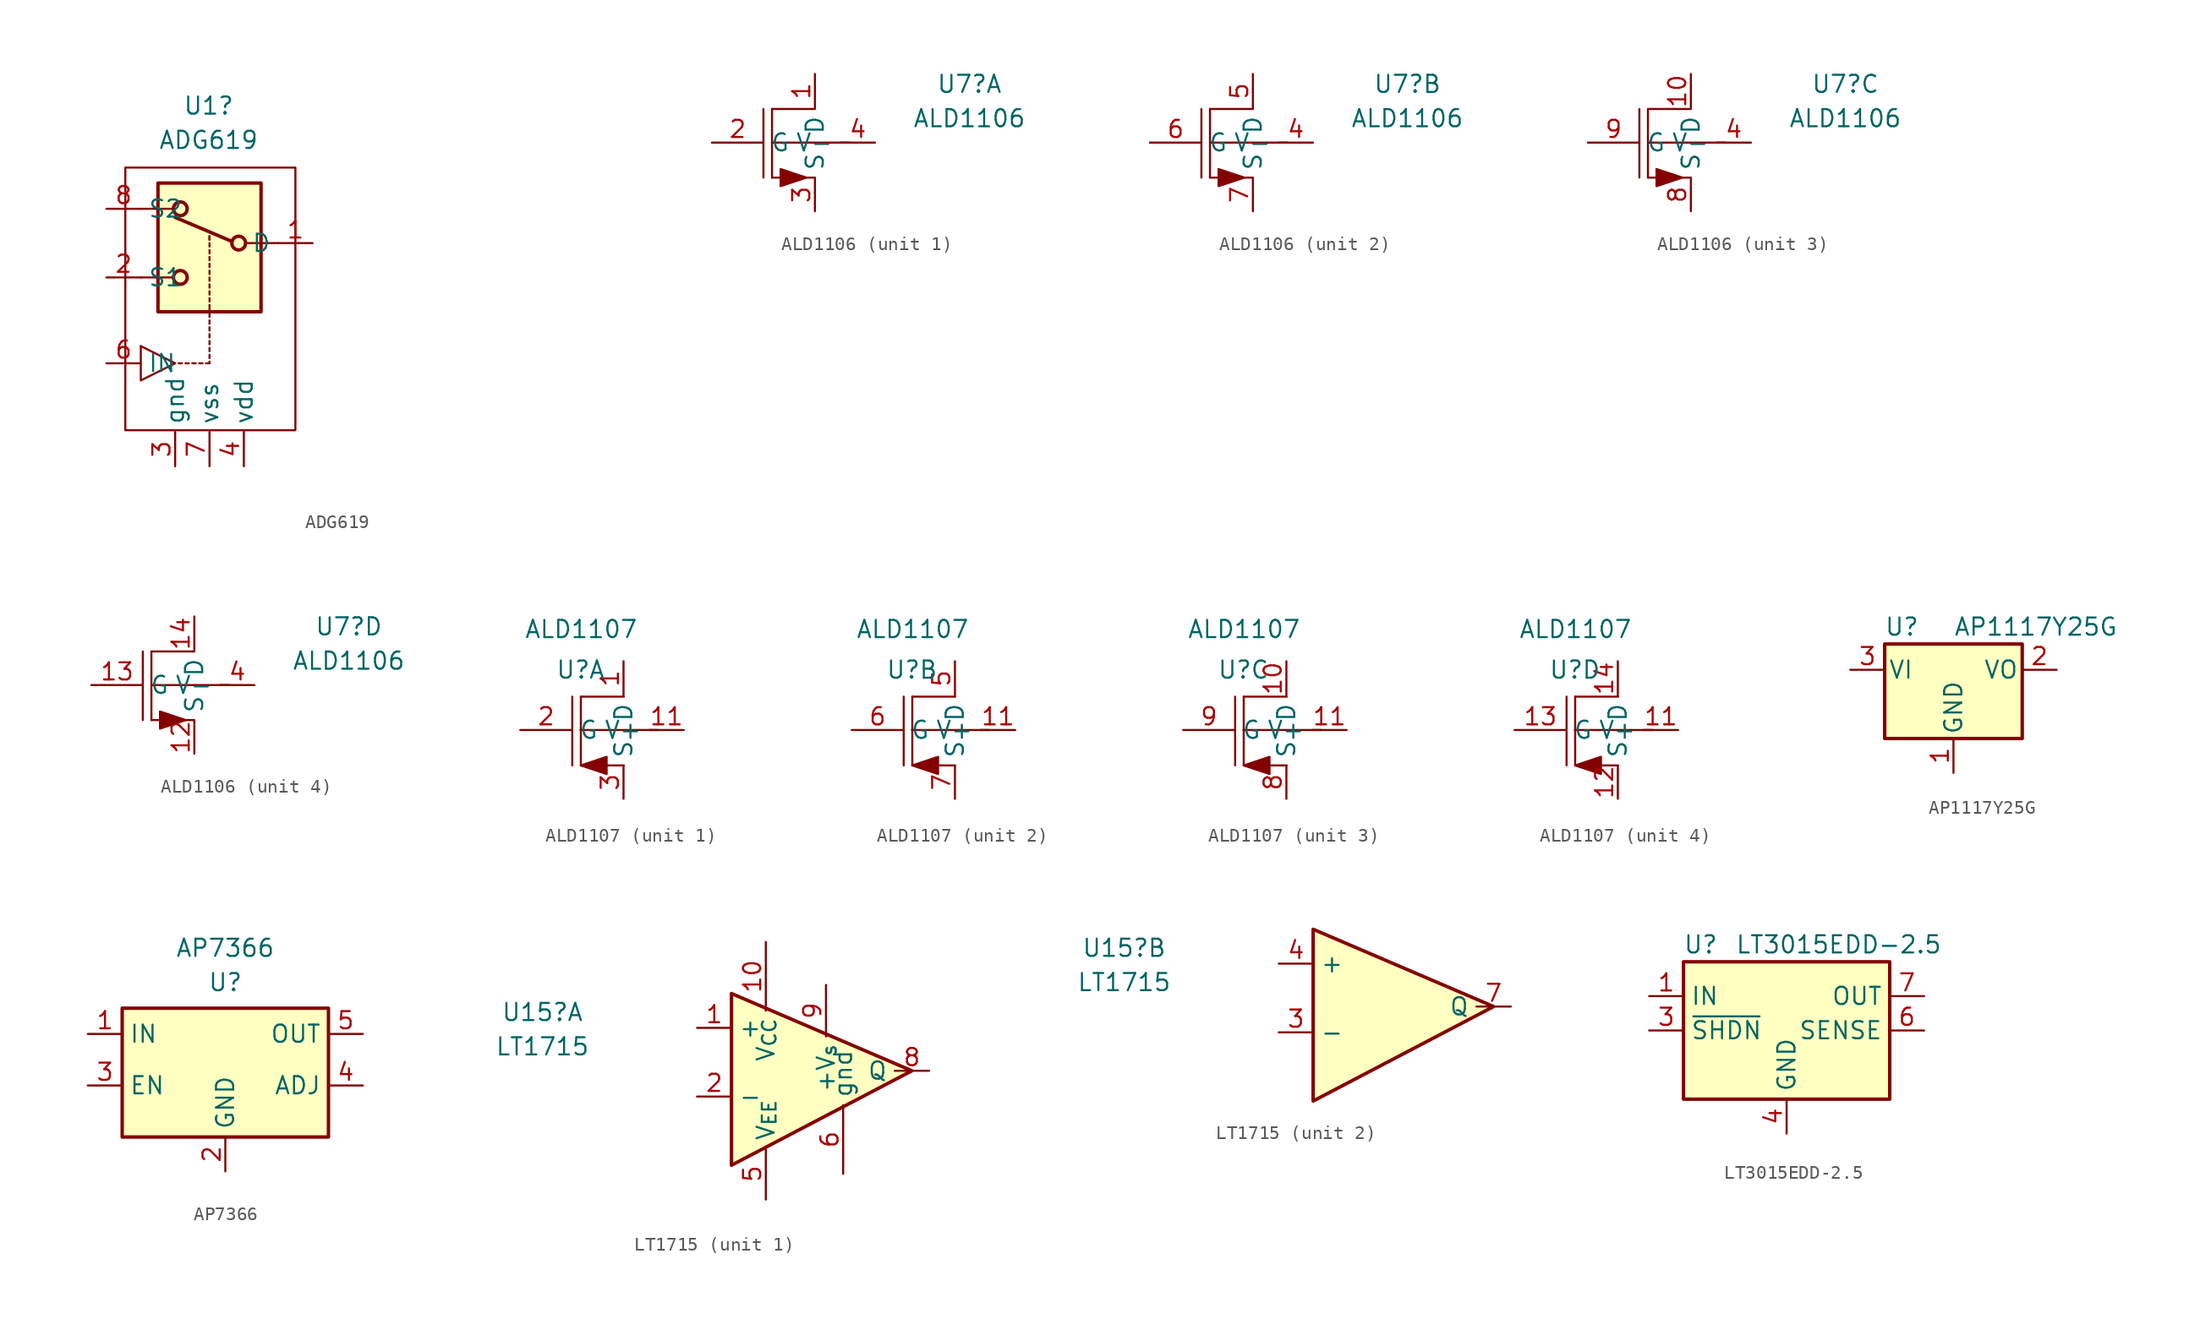
<source format=kicad_sym>
(kicad_symbol_lib
  (version 20211014)
  (generator kicad_symbol_editor)
  (symbol "ADG619"
    (property "Reference" "U1"
      (at -0.064 12.7 0)
      (effects (font (size 1.27 1.27))))
    (property "Value" "ADG619"
      (at -0.064 10.16 0)
      (effects (font (size 1.27 1.27))))
    (symbol "ADG619_0_0"
      (text "" (at 26.67 -8.255 0) (effects (font (size 1.27 1.27)))))
    (symbol "ADG619_0_1"
      (rectangle (start -6.223 8.128) (end 6.35 -11.303) (stroke (width 0) (type default) (color 0 0 0 0)) (fill (type none)))
      (polyline (pts (xy -5.08 -5.08) (xy -2.54 -6.35)) (stroke (width 0) (type default) (color 0 0 0 0)) (fill (type none)))
      (polyline (pts (xy -5.08 -5.08) (xy -5.08 -7.62) (xy -2.54 -6.35)) (stroke (width 0) (type default) (color 0 0 0 0)) (fill (type none))))
    (symbol "ADG619_1_1"
      (rectangle (start -3.81 -2.54) (end 3.81 6.985) (stroke (width 0.254) (type default) (color 0 0 0 0)) (fill (type background)))
      (circle (center -2.159 0) (radius 0.508) (stroke (width 0.254) (type default) (color 0 0 0 0)) (fill (type none)))
      (circle (center -2.159 5.08) (radius 0.508) (stroke (width 0.254) (type default) (color 0 0 0 0)) (fill (type none)))
      (polyline (pts (xy -5.08 0) (xy -2.794 0)) (stroke (width 0) (type default) (color 0 0 0 0)) (fill (type none)))
      (polyline (pts (xy -5.08 5.08) (xy -2.794 5.08)) (stroke (width 0) (type default) (color 0 0 0 0)) (fill (type none)))
      (polyline (pts (xy -2.032 -6.35) (xy -2.286 -6.35)) (stroke (width 0) (type default) (color 0 0 0 0)) (fill (type none)))
      (polyline (pts (xy -1.524 -6.35) (xy -1.778 -6.35)) (stroke (width 0) (type default) (color 0 0 0 0)) (fill (type none)))
      (polyline (pts (xy -1.016 -6.35) (xy -1.27 -6.35)) (stroke (width 0) (type default) (color 0 0 0 0)) (fill (type none)))
      (polyline (pts (xy -0.508 -6.35) (xy -0.762 -6.35)) (stroke (width 0) (type default) (color 0 0 0 0)) (fill (type none)))
      (polyline (pts (xy 0 -6.35) (xy -0.254 -6.35)) (stroke (width 0) (type default) (color 0 0 0 0)) (fill (type none)))
      (polyline (pts (xy 0 -6.35) (xy 0 -6.223)) (stroke (width 0) (type default) (color 0 0 0 0)) (fill (type none)))
      (polyline (pts (xy 0 -5.969) (xy 0 -5.715)) (stroke (width 0) (type default) (color 0 0 0 0)) (fill (type none)))
      (polyline (pts (xy 0 -5.461) (xy 0 -5.207)) (stroke (width 0) (type default) (color 0 0 0 0)) (fill (type none)))
      (polyline (pts (xy 0 -4.953) (xy 0 -4.699)) (stroke (width 0) (type default) (color 0 0 0 0)) (fill (type none)))
      (polyline (pts (xy 0 -4.445) (xy 0 -4.191)) (stroke (width 0) (type default) (color 0 0 0 0)) (fill (type none)))
      (polyline (pts (xy 0 -3.937) (xy 0 -3.683)) (stroke (width 0) (type default) (color 0 0 0 0)) (fill (type none)))
      (polyline (pts (xy 0 -3.429) (xy 0 -3.175)) (stroke (width 0) (type default) (color 0 0 0 0)) (fill (type none)))
      (polyline (pts (xy 0 -2.921) (xy 0 -2.667)) (stroke (width 0) (type default) (color 0 0 0 0)) (fill (type none)))
      (polyline (pts (xy 0 -2.54) (xy 0 -2.032)) (stroke (width 0) (type default) (color 0 0 0 0)) (fill (type none)))
      (polyline (pts (xy 0 -1.778) (xy 0 -1.524)) (stroke (width 0) (type default) (color 0 0 0 0)) (fill (type none)))
      (polyline (pts (xy 0 -1.27) (xy 0 -1.016)) (stroke (width 0) (type default) (color 0 0 0 0)) (fill (type none)))
      (polyline (pts (xy 0 -0.762) (xy 0 -0.508)) (stroke (width 0) (type default) (color 0 0 0 0)) (fill (type none)))
      (polyline (pts (xy 0 -0.254) (xy 0 0)) (stroke (width 0) (type default) (color 0 0 0 0)) (fill (type none)))
      (polyline (pts (xy 0 0.254) (xy 0 0.508)) (stroke (width 0) (type default) (color 0 0 0 0)) (fill (type none)))
      (polyline (pts (xy 0 0.762) (xy 0 1.016)) (stroke (width 0) (type default) (color 0 0 0 0)) (fill (type none)))
      (polyline (pts (xy 0 1.27) (xy 0 1.524)) (stroke (width 0) (type default) (color 0 0 0 0)) (fill (type none)))
      (polyline (pts (xy 0 1.778) (xy 0 2.032)) (stroke (width 0) (type default) (color 0 0 0 0)) (fill (type none)))
      (polyline (pts (xy 0 2.286) (xy 0 2.54)) (stroke (width 0) (type default) (color 0 0 0 0)) (fill (type none)))
      (polyline (pts (xy 0 2.794) (xy 0 3.048)) (stroke (width 0) (type default) (color 0 0 0 0)) (fill (type none)))
      (polyline (pts (xy 0 2.794) (xy 0 3.048)) (stroke (width 0) (type default) (color 0 0 0 0)) (fill (type none)))
      (polyline (pts (xy 1.651 2.667) (xy -2.54 4.445)) (stroke (width 0.254) (type default) (color 0 0 0 0)) (fill (type none)))
      (polyline (pts (xy 5.08 2.54) (xy 2.794 2.54)) (stroke (width 0) (type default) (color 0 0 0 0)) (fill (type none)))
      (circle (center 2.159 2.54) (radius 0.508) (stroke (width 0.254) (type default) (color 0 0 0 0)) (fill (type none)))
      (pin passive line (at 7.62 2.54 180) (length 2.54) (name "D" (effects (font (size 1.27 1.27)))) (number "1" (effects (font (size 1.27 1.27)))))
      (pin passive line (at -7.62 0 0) (length 2.54) (name "S1" (effects (font (size 1.27 1.27)))) (number "2" (effects (font (size 1.27 1.27)))))
      (pin input line (at -2.54 -13.97 90) (length 2.54) (name "gnd" (effects (font (size 1.27 1.27)))) (number "3" (effects (font (size 1.27 1.27)))))
      (pin input line (at 2.54 -13.97 90) (length 2.54) (name "vdd" (effects (font (size 1.27 1.27)))) (number "4" (effects (font (size 1.27 1.27)))))
      (pin no_connect line (at 8.89 -5.715 180) (length 2.54) hide (name "nc" (effects (font (size 1.27 1.27)))) (number "5" (effects (font (size 1.27 1.27)))))
      (pin input line (at -7.62 -6.35 0) (length 2.54) (name "IN" (effects (font (size 1.27 1.27)))) (number "6" (effects (font (size 1.27 1.27)))))
      (pin input line (at 0 -13.97 90) (length 2.54) (name "vss" (effects (font (size 1.27 1.27)))) (number "7" (effects (font (size 1.27 1.27)))))
      (pin passive line (at -7.62 5.08 0) (length 2.54) (name "S2" (effects (font (size 1.27 1.27)))) (number "8" (effects (font (size 1.27 1.27)))))))
  (symbol "ALD1106"
    (property "Reference" "U7"
      (at 14.605 -0.749 0)
      (effects (font (size 1.27 1.27))))
    (property "Value" "ALD1106"
      (at 14.605 -3.289 0)
      (effects (font (size 1.27 1.27))))
    (property "ki_locked" ""
      (at 0 0 0)
      (effects (font (size 1.27 1.27))))
    (symbol "ALD1106_0_1"
      (polyline (pts (xy -0.635 -7.671) (xy -0.635 -2.591)) (stroke (width 0) (type default) (color 0 0 0 0)) (fill (type none)))
      (polyline (pts (xy 0 -7.671) (xy 0 -2.591)) (stroke (width 0) (type default) (color 0 0 0 0)) (fill (type none)))
      (polyline (pts (xy 0 -7.671) (xy 3.175 -7.671)) (stroke (width 0) (type default) (color 0 0 0 0)) (fill (type none)))
      (polyline (pts (xy 3.175 -2.591) (xy 0 -2.591)) (stroke (width 0) (type default) (color 0 0 0 0)) (fill (type none)))
      (polyline (pts (xy 5.715 -5.08) (xy 0 -5.08)) (stroke (width 0) (type default) (color 0 0 0 0)) (fill (type none)))
      (polyline (pts (xy 2.54 -7.671) (xy 0.635 -8.306) (xy 0.635 -7.036) (xy 2.54 -7.671)) (stroke (width 0) (type default) (color 0 0 0 0)) (fill (type outline)))
      (pin no_connect line (at 12.243 -1.93 180) (length 2.54) hide (name "V+" (effects (font (size 1.27 1.27)))) (number "11" (effects (font (size 1.27 1.27)))))
      (pin input line (at 7.62 -5.08 180) (length 2.54) (name "V-" (effects (font (size 1.27 1.27)))) (number "4" (effects (font (size 1.27 1.27))))))
    (symbol "ALD1106_1_1"
      (pin passive line (at 3.175 0 270) (length 2.54) (name "D" (effects (font (size 1.27 1.27)))) (number "1" (effects (font (size 1.27 1.27)))))
      (pin input line (at -4.445 -5.08 0) (length 3.81) (name "G" (effects (font (size 1.27 1.27)))) (number "2" (effects (font (size 1.27 1.27)))))
      (pin passive line (at 3.175 -10.16 90) (length 2.45) (name "S" (effects (font (size 1.27 1.27)))) (number "3" (effects (font (size 1.27 1.27))))))
    (symbol "ALD1106_2_1"
      (pin passive line (at 3.175 0 270) (length 2.54) (name "D" (effects (font (size 1.27 1.27)))) (number "5" (effects (font (size 1.27 1.27)))))
      (pin input line (at -4.445 -5.08 0) (length 3.81) (name "G" (effects (font (size 1.27 1.27)))) (number "6" (effects (font (size 1.27 1.27)))))
      (pin passive line (at 3.175 -10.16 90) (length 2.45) (name "S" (effects (font (size 1.27 1.27)))) (number "7" (effects (font (size 1.27 1.27))))))
    (symbol "ALD1106_3_1"
      (pin passive line (at 3.175 0 270) (length 2.54) (name "D" (effects (font (size 1.27 1.27)))) (number "10" (effects (font (size 1.27 1.27)))))
      (pin passive line (at 3.175 -10.16 90) (length 2.45) (name "S" (effects (font (size 1.27 1.27)))) (number "8" (effects (font (size 1.27 1.27)))))
      (pin input line (at -4.445 -5.08 0) (length 3.81) (name "G" (effects (font (size 1.27 1.27)))) (number "9" (effects (font (size 1.27 1.27))))))
    (symbol "ALD1106_4_1"
      (pin passive line (at 3.175 -10.16 90) (length 2.45) (name "S" (effects (font (size 1.27 1.27)))) (number "12" (effects (font (size 1.27 1.27)))))
      (pin input line (at -4.445 -5.08 0) (length 3.81) (name "G" (effects (font (size 1.27 1.27)))) (number "13" (effects (font (size 1.27 1.27)))))
      (pin passive line (at 3.175 0 270) (length 2.54) (name "D" (effects (font (size 1.27 1.27)))) (number "14" (effects (font (size 1.27 1.27)))))))
  (symbol "ALD1107"
    (property "Reference" "U"
      (at 0 0 0)
      (effects (font (size 1.27 1.27))))
    (property "Value" "ALD1107"
      (at 0.051 2.997 0)
      (effects (font (size 1.27 1.27))))
    (property "ki_locked" ""
      (at 0 0 0)
      (effects (font (size 1.27 1.27))))
    (symbol "ALD1107_0_1"
      (polyline (pts (xy -0.61 -7.061) (xy -0.61 -1.981)) (stroke (width 0) (type default) (color 0 0 0 0)) (fill (type none)))
      (polyline (pts (xy 0.025 -7.061) (xy 0.025 -1.981)) (stroke (width 0) (type default) (color 0 0 0 0)) (fill (type none)))
      (polyline (pts (xy 0.025 -7.061) (xy 3.2 -7.061)) (stroke (width 0) (type default) (color 0 0 0 0)) (fill (type none)))
      (polyline (pts (xy 3.2 -1.981) (xy 0.025 -1.981)) (stroke (width 0) (type default) (color 0 0 0 0)) (fill (type none)))
      (polyline (pts (xy 5.715 -4.445) (xy 0 -4.445)) (stroke (width 0) (type default) (color 0 0 0 0)) (fill (type none)))
      (polyline (pts (xy 0.025 -7.061) (xy 1.93 -6.426) (xy 1.93 -7.696) (xy 0.025 -7.061)) (stroke (width 0) (type default) (color 0 0 0 0)) (fill (type outline)))
      (pin input line (at 7.62 -4.445 180) (length 2.54) (name "V+" (effects (font (size 1.27 1.27)))) (number "11" (effects (font (size 1.27 1.27)))))
      (pin no_connect line (at 12.243 -1.219 180) (length 2.54) hide (name "V-" (effects (font (size 1.27 1.27)))) (number "4" (effects (font (size 1.27 1.27))))))
    (symbol "ALD1107_1_1"
      (pin passive line (at 3.175 0.635 270) (length 2.54) (name "D" (effects (font (size 1.27 1.27)))) (number "1" (effects (font (size 1.27 1.27)))))
      (pin input line (at -4.445 -4.445 0) (length 3.81) (name "G" (effects (font (size 1.27 1.27)))) (number "2" (effects (font (size 1.27 1.27)))))
      (pin passive line (at 3.175 -9.525 90) (length 2.45) (name "S" (effects (font (size 1.27 1.27)))) (number "3" (effects (font (size 1.27 1.27))))))
    (symbol "ALD1107_2_1"
      (pin passive line (at 3.175 0.635 270) (length 2.54) (name "D" (effects (font (size 1.27 1.27)))) (number "5" (effects (font (size 1.27 1.27)))))
      (pin input line (at -4.445 -4.445 0) (length 3.81) (name "G" (effects (font (size 1.27 1.27)))) (number "6" (effects (font (size 1.27 1.27)))))
      (pin passive line (at 3.175 -9.525 90) (length 2.45) (name "S" (effects (font (size 1.27 1.27)))) (number "7" (effects (font (size 1.27 1.27))))))
    (symbol "ALD1107_3_1"
      (pin passive line (at 3.175 0.635 270) (length 2.54) (name "D" (effects (font (size 1.27 1.27)))) (number "10" (effects (font (size 1.27 1.27)))))
      (pin passive line (at 3.175 -9.525 90) (length 2.45) (name "S" (effects (font (size 1.27 1.27)))) (number "8" (effects (font (size 1.27 1.27)))))
      (pin input line (at -4.445 -4.445 0) (length 3.81) (name "G" (effects (font (size 1.27 1.27)))) (number "9" (effects (font (size 1.27 1.27))))))
    (symbol "ALD1107_4_1"
      (pin passive line (at 3.175 -9.525 90) (length 2.45) (name "S" (effects (font (size 1.27 1.27)))) (number "12" (effects (font (size 1.27 1.27)))))
      (pin input line (at -4.445 -4.445 0) (length 3.81) (name "G" (effects (font (size 1.27 1.27)))) (number "13" (effects (font (size 1.27 1.27)))))
      (pin passive line (at 3.175 0.635 270) (length 2.54) (name "D" (effects (font (size 1.27 1.27)))) (number "14" (effects (font (size 1.27 1.27)))))))
  (symbol "AP1117Y25G"
    (pin_names
      (offset 0.254))
    (property "Reference" "U"
      (at -3.81 3.175 0)
      (effects (font (size 1.27 1.27))))
    (property "Value" "AP1117Y25G"
      (at 0 3.175 0)
      (effects (font (size 1.27 1.27)) (justify left)))
    (symbol "AP1117Y25G_0_1"
      (rectangle (start -5.08 -5.08) (end 5.08 1.905) (stroke (width 0.254) (type default) (color 0 0 0 0)) (fill (type background))))
    (symbol "AP1117Y25G_1_1"
      (pin power_in line (at 0 -7.62 90) (length 2.54) (name "GND" (effects (font (size 1.27 1.27)))) (number "1" (effects (font (size 1.27 1.27)))))
      (pin power_out line (at 7.62 0 180) (length 2.54) (name "VO" (effects (font (size 1.27 1.27)))) (number "2" (effects (font (size 1.27 1.27)))))
      (pin power_in line (at -7.62 0 0) (length 2.54) (name "VI" (effects (font (size 1.27 1.27)))) (number "3" (effects (font (size 1.27 1.27)))))))
  (symbol "AP7366"
    (property "Reference" "U"
      (at 0 2.54 0)
      (effects (font (size 1.27 1.27))))
    (property "Value" "AP7366"
      (at 0 5.08 0)
      (effects (font (size 1.27 1.27))))
    (symbol "AP7366_0_1"
      (rectangle (start -7.62 -8.89) (end 7.62 0.635) (stroke (width 0.254) (type default) (color 0 0 0 0)) (fill (type background))))
    (symbol "AP7366_1_1"
      (pin power_in line (at -10.16 -1.27 0) (length 2.54) (name "IN" (effects (font (size 1.27 1.27)))) (number "1" (effects (font (size 1.27 1.27)))))
      (pin power_in line (at 0 -11.43 90) (length 2.54) (name "GND" (effects (font (size 1.27 1.27)))) (number "2" (effects (font (size 1.27 1.27)))))
      (pin input line (at -10.16 -5.08 0) (length 2.54) (name "EN" (effects (font (size 1.27 1.27)))) (number "3" (effects (font (size 1.27 1.27)))))
      (pin input line (at 10.16 -5.08 180) (length 2.54) (name "ADJ" (effects (font (size 1.27 1.27)))) (number "4" (effects (font (size 1.27 1.27)))))
      (pin power_out line (at 10.16 -1.27 180) (length 2.54) (name "OUT" (effects (font (size 1.27 1.27)))) (number "5" (effects (font (size 1.27 1.27)))))))
  (symbol "LT1715"
    (property "Reference" "U15"
      (at -15.875 -5.194 0)
      (effects (font (size 1.27 1.27))))
    (property "Value" "LT1715"
      (at -15.875 -7.734 0)
      (effects (font (size 1.27 1.27))))
    (symbol "LT1715_0_1"
      (polyline (pts (xy -1.905 -3.81) (xy 11.43 -9.525) (xy -1.905 -16.51) (xy -1.905 -3.81)) (stroke (width 0.254) (type default) (color 0 0 0 0)) (fill (type background))))
    (symbol "LT1715_1_1"
      (pin input line (at -4.445 -6.35 0) (length 2.54) (name "+" (effects (font (size 1.27 1.27)))) (number "1" (effects (font (size 1.27 1.27)))))
      (pin power_in line (at 0.635 0 270) (length 5.08) (name "V_{CC}" (effects (font (size 1.27 1.27)))) (number "10" (effects (font (size 1.27 1.27)))))
      (pin input line (at -4.445 -11.43 0) (length 2.54) (name "-" (effects (font (size 1.27 1.27)))) (number "2" (effects (font (size 1.27 1.27)))))
      (pin power_in line (at 0.635 -19.05 90) (length 3.81) (name "V_{EE}" (effects (font (size 1.27 1.27)))) (number "5" (effects (font (size 1.27 1.27)))))
      (pin power_in line (at 6.35 -17.145 90) (length 5.08) (name "gnd" (effects (font (size 1.27 1.27)))) (number "6" (effects (font (size 1.27 1.27)))))
      (pin output line (at 12.7 -9.525 180) (length 2.54) (name "Q" (effects (font (size 1.27 1.27)))) (number "8" (effects (font (size 1.27 1.27)))))
      (pin power_in line (at 5.08 -3.175 270) (length 3.81) (name "+V_{s}" (effects (font (size 1.27 1.27)))) (number "9" (effects (font (size 1.27 1.27))))))
    (symbol "LT1715_2_1"
      (pin input line (at -4.445 -11.43 0) (length 2.54) (name "-" (effects (font (size 1.27 1.27)))) (number "3" (effects (font (size 1.27 1.27)))))
      (pin input line (at -4.445 -6.35 0) (length 2.54) (name "+" (effects (font (size 1.27 1.27)))) (number "4" (effects (font (size 1.27 1.27)))))
      (pin output line (at 12.7 -9.525 180) (length 2.54) (name "Q" (effects (font (size 1.27 1.27)))) (number "7" (effects (font (size 1.27 1.27)))))))
  (symbol "LT3015EDD-2.5"
    (property "Reference" "U"
      (at -6.35 6.35 0)
      (effects (font (size 1.27 1.27))))
    (property "Value" "LT3015EDD-2.5"
      (at -3.81 6.35 0)
      (effects (font (size 1.27 1.27)) (justify left)))
    (symbol "LT3015EDD-2.5_0_1"
      (rectangle (start -7.62 5.08) (end 7.62 -5.08) (stroke (width 0.254) (type default) (color 0 0 0 0)) (fill (type background))))
    (symbol "LT3015EDD-2.5_1_1"
      (pin power_in line (at -10.16 2.54 0) (length 2.54) (name "IN" (effects (font (size 1.27 1.27)))) (number "1" (effects (font (size 1.27 1.27)))))
      (pin power_in line (at -10.16 2.54 0) (length 2.54) hide (name "IN" (effects (font (size 1.27 1.27)))) (number "2" (effects (font (size 1.27 1.27)))))
      (pin input line (at -10.16 0 0) (length 2.54) (name "~{SHDN}" (effects (font (size 1.27 1.27)))) (number "3" (effects (font (size 1.27 1.27)))))
      (pin power_in line (at 0 -7.62 90) (length 2.54) (name "GND" (effects (font (size 1.27 1.27)))) (number "4" (effects (font (size 1.27 1.27)))))
      (pin power_in line (at 0 -7.62 90) (length 2.54) hide (name "GND" (effects (font (size 1.27 1.27)))) (number "5" (effects (font (size 1.27 1.27)))))
      (pin input line (at 10.16 0 180) (length 2.54) (name "SENSE" (effects (font (size 1.27 1.27)))) (number "6" (effects (font (size 1.27 1.27)))))
      (pin power_out line (at 10.16 2.54 180) (length 2.54) (name "OUT" (effects (font (size 1.27 1.27)))) (number "7" (effects (font (size 1.27 1.27)))))
      (pin power_out line (at 10.16 2.54 180) (length 2.54) hide (name "OUT" (effects (font (size 1.27 1.27)))) (number "8" (effects (font (size 1.27 1.27))))))))
</source>
